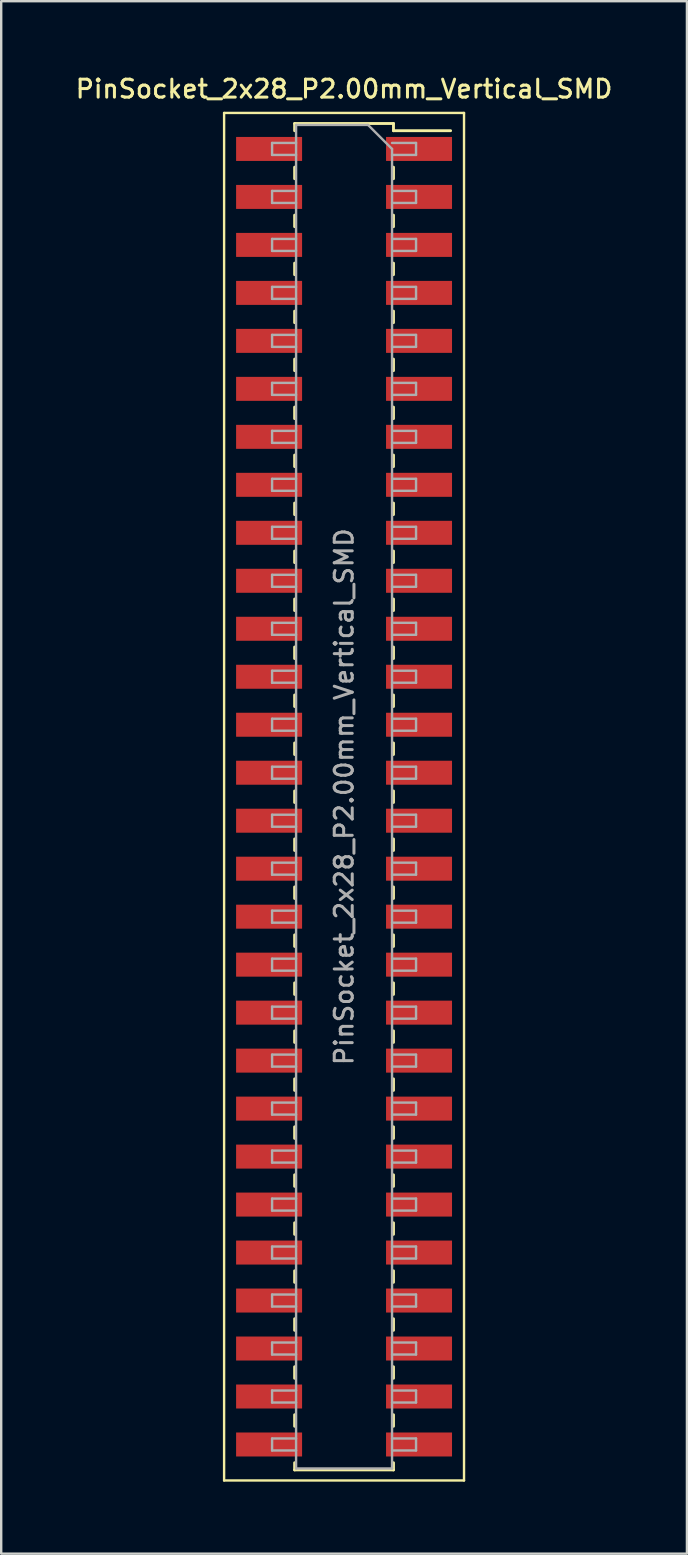
<source format=kicad_pcb>
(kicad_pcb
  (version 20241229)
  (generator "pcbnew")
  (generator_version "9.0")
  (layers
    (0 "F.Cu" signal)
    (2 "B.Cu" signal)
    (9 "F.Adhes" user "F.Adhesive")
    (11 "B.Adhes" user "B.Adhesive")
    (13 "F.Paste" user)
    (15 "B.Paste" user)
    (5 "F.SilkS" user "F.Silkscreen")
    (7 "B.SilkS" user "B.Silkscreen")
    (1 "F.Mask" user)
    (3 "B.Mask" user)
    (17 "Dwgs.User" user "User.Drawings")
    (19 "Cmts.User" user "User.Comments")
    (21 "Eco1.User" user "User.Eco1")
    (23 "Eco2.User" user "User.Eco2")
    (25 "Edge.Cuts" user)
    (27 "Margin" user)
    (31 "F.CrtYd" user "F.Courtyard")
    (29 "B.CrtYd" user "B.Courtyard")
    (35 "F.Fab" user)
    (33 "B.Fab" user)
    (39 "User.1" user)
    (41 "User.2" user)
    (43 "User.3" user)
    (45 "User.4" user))
  (footprint "PinSocket_2x28_P2.00mm_Vertical_SMD"
    (layer "F.Cu")
    (at 11.291 30.158)
    (property "Reference" "PinSocket_2x28_P2.00mm_Vertical_SMD" (at 0 -29.5 0) (layer "F.SilkS") (effects (font (size 0.75 0.75) (thickness 0.125))))
    (attr smd)
    (fp_line (start -5 -28.5) (end 5 -28.5) (stroke (width 0.1) (type solid)) (layer "F.SilkS"))
    (fp_line (start -5 28.5) (end -5 -28.5) (stroke (width 0.1) (type solid)) (layer "F.SilkS"))
    (fp_line (start -2.06 -28.06) (end -2.06 -27.76) (stroke (width 0.12) (type solid)) (layer "F.SilkS"))
    (fp_line (start -2.06 -28.06) (end 2.06 -28.06) (stroke (width 0.12) (type solid)) (layer "F.SilkS"))
    (fp_line (start -2.06 -26.24) (end -2.06 -25.76) (stroke (width 0.12) (type solid)) (layer "F.SilkS"))
    (fp_line (start -2.06 -24.24) (end -2.06 -23.76) (stroke (width 0.12) (type solid)) (layer "F.SilkS"))
    (fp_line (start -2.06 -22.24) (end -2.06 -21.76) (stroke (width 0.12) (type solid)) (layer "F.SilkS"))
    (fp_line (start -2.06 -20.24) (end -2.06 -19.76) (stroke (width 0.12) (type solid)) (layer "F.SilkS"))
    (fp_line (start -2.06 -18.24) (end -2.06 -17.76) (stroke (width 0.12) (type solid)) (layer "F.SilkS"))
    (fp_line (start -2.06 -16.24) (end -2.06 -15.76) (stroke (width 0.12) (type solid)) (layer "F.SilkS"))
    (fp_line (start -2.06 -14.24) (end -2.06 -13.76) (stroke (width 0.12) (type solid)) (layer "F.SilkS"))
    (fp_line (start -2.06 -12.24) (end -2.06 -11.76) (stroke (width 0.12) (type solid)) (layer "F.SilkS"))
    (fp_line (start -2.06 -10.24) (end -2.06 -9.76) (stroke (width 0.12) (type solid)) (layer "F.SilkS"))
    (fp_line (start -2.06 -8.24) (end -2.06 -7.76) (stroke (width 0.12) (type solid)) (layer "F.SilkS"))
    (fp_line (start -2.06 -6.24) (end -2.06 -5.76) (stroke (width 0.12) (type solid)) (layer "F.SilkS"))
    (fp_line (start -2.06 -4.24) (end -2.06 -3.76) (stroke (width 0.12) (type solid)) (layer "F.SilkS"))
    (fp_line (start -2.06 -2.24) (end -2.06 -1.76) (stroke (width 0.12) (type solid)) (layer "F.SilkS"))
    (fp_line (start -2.06 -0.24) (end -2.06 0.24) (stroke (width 0.12) (type solid)) (layer "F.SilkS"))
    (fp_line (start -2.06 1.76) (end -2.06 2.24) (stroke (width 0.12) (type solid)) (layer "F.SilkS"))
    (fp_line (start -2.06 3.76) (end -2.06 4.24) (stroke (width 0.12) (type solid)) (layer "F.SilkS"))
    (fp_line (start -2.06 5.76) (end -2.06 6.24) (stroke (width 0.12) (type solid)) (layer "F.SilkS"))
    (fp_line (start -2.06 7.76) (end -2.06 8.24) (stroke (width 0.12) (type solid)) (layer "F.SilkS"))
    (fp_line (start -2.06 9.76) (end -2.06 10.24) (stroke (width 0.12) (type solid)) (layer "F.SilkS"))
    (fp_line (start -2.06 11.76) (end -2.06 12.24) (stroke (width 0.12) (type solid)) (layer "F.SilkS"))
    (fp_line (start -2.06 13.76) (end -2.06 14.24) (stroke (width 0.12) (type solid)) (layer "F.SilkS"))
    (fp_line (start -2.06 15.76) (end -2.06 16.24) (stroke (width 0.12) (type solid)) (layer "F.SilkS"))
    (fp_line (start -2.06 17.76) (end -2.06 18.24) (stroke (width 0.12) (type solid)) (layer "F.SilkS"))
    (fp_line (start -2.06 19.76) (end -2.06 20.24) (stroke (width 0.12) (type solid)) (layer "F.SilkS"))
    (fp_line (start -2.06 21.76) (end -2.06 22.24) (stroke (width 0.12) (type solid)) (layer "F.SilkS"))
    (fp_line (start -2.06 23.76) (end -2.06 24.24) (stroke (width 0.12) (type solid)) (layer "F.SilkS"))
    (fp_line (start -2.06 25.76) (end -2.06 26.24) (stroke (width 0.12) (type solid)) (layer "F.SilkS"))
    (fp_line (start -2.06 27.76) (end -2.06 28.06) (stroke (width 0.12) (type solid)) (layer "F.SilkS"))
    (fp_line (start -2.06 28.06) (end 2.06 28.06) (stroke (width 0.12) (type solid)) (layer "F.SilkS"))
    (fp_line (start 2.06 -28.06) (end 2.06 -27.76) (stroke (width 0.12) (type solid)) (layer "F.SilkS"))
    (fp_line (start 2.06 -27.76) (end 4.44 -27.76) (stroke (width 0.12) (type solid)) (layer "F.SilkS"))
    (fp_line (start 2.06 -26.24) (end 2.06 -25.76) (stroke (width 0.12) (type solid)) (layer "F.SilkS"))
    (fp_line (start 2.06 -24.24) (end 2.06 -23.76) (stroke (width 0.12) (type solid)) (layer "F.SilkS"))
    (fp_line (start 2.06 -22.24) (end 2.06 -21.76) (stroke (width 0.12) (type solid)) (layer "F.SilkS"))
    (fp_line (start 2.06 -20.24) (end 2.06 -19.76) (stroke (width 0.12) (type solid)) (layer "F.SilkS"))
    (fp_line (start 2.06 -18.24) (end 2.06 -17.76) (stroke (width 0.12) (type solid)) (layer "F.SilkS"))
    (fp_line (start 2.06 -16.24) (end 2.06 -15.76) (stroke (width 0.12) (type solid)) (layer "F.SilkS"))
    (fp_line (start 2.06 -14.24) (end 2.06 -13.76) (stroke (width 0.12) (type solid)) (layer "F.SilkS"))
    (fp_line (start 2.06 -12.24) (end 2.06 -11.76) (stroke (width 0.12) (type solid)) (layer "F.SilkS"))
    (fp_line (start 2.06 -10.24) (end 2.06 -9.76) (stroke (width 0.12) (type solid)) (layer "F.SilkS"))
    (fp_line (start 2.06 -8.24) (end 2.06 -7.76) (stroke (width 0.12) (type solid)) (layer "F.SilkS"))
    (fp_line (start 2.06 -6.24) (end 2.06 -5.76) (stroke (width 0.12) (type solid)) (layer "F.SilkS"))
    (fp_line (start 2.06 -4.24) (end 2.06 -3.76) (stroke (width 0.12) (type solid)) (layer "F.SilkS"))
    (fp_line (start 2.06 -2.24) (end 2.06 -1.76) (stroke (width 0.12) (type solid)) (layer "F.SilkS"))
    (fp_line (start 2.06 -0.24) (end 2.06 0.24) (stroke (width 0.12) (type solid)) (layer "F.SilkS"))
    (fp_line (start 2.06 1.76) (end 2.06 2.24) (stroke (width 0.12) (type solid)) (layer "F.SilkS"))
    (fp_line (start 2.06 3.76) (end 2.06 4.24) (stroke (width 0.12) (type solid)) (layer "F.SilkS"))
    (fp_line (start 2.06 5.76) (end 2.06 6.24) (stroke (width 0.12) (type solid)) (layer "F.SilkS"))
    (fp_line (start 2.06 7.76) (end 2.06 8.24) (stroke (width 0.12) (type solid)) (layer "F.SilkS"))
    (fp_line (start 2.06 9.76) (end 2.06 10.24) (stroke (width 0.12) (type solid)) (layer "F.SilkS"))
    (fp_line (start 2.06 11.76) (end 2.06 12.24) (stroke (width 0.12) (type solid)) (layer "F.SilkS"))
    (fp_line (start 2.06 13.76) (end 2.06 14.24) (stroke (width 0.12) (type solid)) (layer "F.SilkS"))
    (fp_line (start 2.06 15.76) (end 2.06 16.24) (stroke (width 0.12) (type solid)) (layer "F.SilkS"))
    (fp_line (start 2.06 17.76) (end 2.06 18.24) (stroke (width 0.12) (type solid)) (layer "F.SilkS"))
    (fp_line (start 2.06 19.76) (end 2.06 20.24) (stroke (width 0.12) (type solid)) (layer "F.SilkS"))
    (fp_line (start 2.06 21.76) (end 2.06 22.24) (stroke (width 0.12) (type solid)) (layer "F.SilkS"))
    (fp_line (start 2.06 23.76) (end 2.06 24.24) (stroke (width 0.12) (type solid)) (layer "F.SilkS"))
    (fp_line (start 2.06 25.76) (end 2.06 26.24) (stroke (width 0.12) (type solid)) (layer "F.SilkS"))
    (fp_line (start 2.06 27.76) (end 2.06 28.06) (stroke (width 0.12) (type solid)) (layer "F.SilkS"))
    (fp_line (start 5 -28.5) (end 5 28.5) (stroke (width 0.1) (type solid)) (layer "F.SilkS"))
    (fp_line (start 5 28.5) (end -5 28.5) (stroke (width 0.1) (type solid)) (layer "F.SilkS"))
    (fp_line (start -3 -27.25) (end -2 -27.25) (stroke (width 0.1) (type solid)) (layer "F.Fab"))
    (fp_line (start -3 -26.75) (end -3 -27.25) (stroke (width 0.1) (type solid)) (layer "F.Fab"))
    (fp_line (start -3 -25.25) (end -2 -25.25) (stroke (width 0.1) (type solid)) (layer "F.Fab"))
    (fp_line (start -3 -24.75) (end -3 -25.25) (stroke (width 0.1) (type solid)) (layer "F.Fab"))
    (fp_line (start -3 -23.25) (end -2 -23.25) (stroke (width 0.1) (type solid)) (layer "F.Fab"))
    (fp_line (start -3 -22.75) (end -3 -23.25) (stroke (width 0.1) (type solid)) (layer "F.Fab"))
    (fp_line (start -3 -21.25) (end -2 -21.25) (stroke (width 0.1) (type solid)) (layer "F.Fab"))
    (fp_line (start -3 -20.75) (end -3 -21.25) (stroke (width 0.1) (type solid)) (layer "F.Fab"))
    (fp_line (start -3 -19.25) (end -2 -19.25) (stroke (width 0.1) (type solid)) (layer "F.Fab"))
    (fp_line (start -3 -18.75) (end -3 -19.25) (stroke (width 0.1) (type solid)) (layer "F.Fab"))
    (fp_line (start -3 -17.25) (end -2 -17.25) (stroke (width 0.1) (type solid)) (layer "F.Fab"))
    (fp_line (start -3 -16.75) (end -3 -17.25) (stroke (width 0.1) (type solid)) (layer "F.Fab"))
    (fp_line (start -3 -15.25) (end -2 -15.25) (stroke (width 0.1) (type solid)) (layer "F.Fab"))
    (fp_line (start -3 -14.75) (end -3 -15.25) (stroke (width 0.1) (type solid)) (layer "F.Fab"))
    (fp_line (start -3 -13.25) (end -2 -13.25) (stroke (width 0.1) (type solid)) (layer "F.Fab"))
    (fp_line (start -3 -12.75) (end -3 -13.25) (stroke (width 0.1) (type solid)) (layer "F.Fab"))
    (fp_line (start -3 -11.25) (end -2 -11.25) (stroke (width 0.1) (type solid)) (layer "F.Fab"))
    (fp_line (start -3 -10.75) (end -3 -11.25) (stroke (width 0.1) (type solid)) (layer "F.Fab"))
    (fp_line (start -3 -9.25) (end -2 -9.25) (stroke (width 0.1) (type solid)) (layer "F.Fab"))
    (fp_line (start -3 -8.75) (end -3 -9.25) (stroke (width 0.1) (type solid)) (layer "F.Fab"))
    (fp_line (start -3 -7.25) (end -2 -7.25) (stroke (width 0.1) (type solid)) (layer "F.Fab"))
    (fp_line (start -3 -6.75) (end -3 -7.25) (stroke (width 0.1) (type solid)) (layer "F.Fab"))
    (fp_line (start -3 -5.25) (end -2 -5.25) (stroke (width 0.1) (type solid)) (layer "F.Fab"))
    (fp_line (start -3 -4.75) (end -3 -5.25) (stroke (width 0.1) (type solid)) (layer "F.Fab"))
    (fp_line (start -3 -3.25) (end -2 -3.25) (stroke (width 0.1) (type solid)) (layer "F.Fab"))
    (fp_line (start -3 -2.75) (end -3 -3.25) (stroke (width 0.1) (type solid)) (layer "F.Fab"))
    (fp_line (start -3 -1.25) (end -2 -1.25) (stroke (width 0.1) (type solid)) (layer "F.Fab"))
    (fp_line (start -3 -0.75) (end -3 -1.25) (stroke (width 0.1) (type solid)) (layer "F.Fab"))
    (fp_line (start -3 0.75) (end -2 0.75) (stroke (width 0.1) (type solid)) (layer "F.Fab"))
    (fp_line (start -3 1.25) (end -3 0.75) (stroke (width 0.1) (type solid)) (layer "F.Fab"))
    (fp_line (start -3 2.75) (end -2 2.75) (stroke (width 0.1) (type solid)) (layer "F.Fab"))
    (fp_line (start -3 3.25) (end -3 2.75) (stroke (width 0.1) (type solid)) (layer "F.Fab"))
    (fp_line (start -3 4.75) (end -2 4.75) (stroke (width 0.1) (type solid)) (layer "F.Fab"))
    (fp_line (start -3 5.25) (end -3 4.75) (stroke (width 0.1) (type solid)) (layer "F.Fab"))
    (fp_line (start -3 6.75) (end -2 6.75) (stroke (width 0.1) (type solid)) (layer "F.Fab"))
    (fp_line (start -3 7.25) (end -3 6.75) (stroke (width 0.1) (type solid)) (layer "F.Fab"))
    (fp_line (start -3 8.75) (end -2 8.75) (stroke (width 0.1) (type solid)) (layer "F.Fab"))
    (fp_line (start -3 9.25) (end -3 8.75) (stroke (width 0.1) (type solid)) (layer "F.Fab"))
    (fp_line (start -3 10.75) (end -2 10.75) (stroke (width 0.1) (type solid)) (layer "F.Fab"))
    (fp_line (start -3 11.25) (end -3 10.75) (stroke (width 0.1) (type solid)) (layer "F.Fab"))
    (fp_line (start -3 12.75) (end -2 12.75) (stroke (width 0.1) (type solid)) (layer "F.Fab"))
    (fp_line (start -3 13.25) (end -3 12.75) (stroke (width 0.1) (type solid)) (layer "F.Fab"))
    (fp_line (start -3 14.75) (end -2 14.75) (stroke (width 0.1) (type solid)) (layer "F.Fab"))
    (fp_line (start -3 15.25) (end -3 14.75) (stroke (width 0.1) (type solid)) (layer "F.Fab"))
    (fp_line (start -3 16.75) (end -2 16.75) (stroke (width 0.1) (type solid)) (layer "F.Fab"))
    (fp_line (start -3 17.25) (end -3 16.75) (stroke (width 0.1) (type solid)) (layer "F.Fab"))
    (fp_line (start -3 18.75) (end -2 18.75) (stroke (width 0.1) (type solid)) (layer "F.Fab"))
    (fp_line (start -3 19.25) (end -3 18.75) (stroke (width 0.1) (type solid)) (layer "F.Fab"))
    (fp_line (start -3 20.75) (end -2 20.75) (stroke (width 0.1) (type solid)) (layer "F.Fab"))
    (fp_line (start -3 21.25) (end -3 20.75) (stroke (width 0.1) (type solid)) (layer "F.Fab"))
    (fp_line (start -3 22.75) (end -2 22.75) (stroke (width 0.1) (type solid)) (layer "F.Fab"))
    (fp_line (start -3 23.25) (end -3 22.75) (stroke (width 0.1) (type solid)) (layer "F.Fab"))
    (fp_line (start -3 24.75) (end -2 24.75) (stroke (width 0.1) (type solid)) (layer "F.Fab"))
    (fp_line (start -3 25.25) (end -3 24.75) (stroke (width 0.1) (type solid)) (layer "F.Fab"))
    (fp_line (start -3 26.75) (end -2 26.75) (stroke (width 0.1) (type solid)) (layer "F.Fab"))
    (fp_line (start -3 27.25) (end -3 26.75) (stroke (width 0.1) (type solid)) (layer "F.Fab"))
    (fp_line (start -2 -28) (end 1 -28) (stroke (width 0.1) (type solid)) (layer "F.Fab"))
    (fp_line (start -2 -26.75) (end -3 -26.75) (stroke (width 0.1) (type solid)) (layer "F.Fab"))
    (fp_line (start -2 -24.75) (end -3 -24.75) (stroke (width 0.1) (type solid)) (layer "F.Fab"))
    (fp_line (start -2 -22.75) (end -3 -22.75) (stroke (width 0.1) (type solid)) (layer "F.Fab"))
    (fp_line (start -2 -20.75) (end -3 -20.75) (stroke (width 0.1) (type solid)) (layer "F.Fab"))
    (fp_line (start -2 -18.75) (end -3 -18.75) (stroke (width 0.1) (type solid)) (layer "F.Fab"))
    (fp_line (start -2 -16.75) (end -3 -16.75) (stroke (width 0.1) (type solid)) (layer "F.Fab"))
    (fp_line (start -2 -14.75) (end -3 -14.75) (stroke (width 0.1) (type solid)) (layer "F.Fab"))
    (fp_line (start -2 -12.75) (end -3 -12.75) (stroke (width 0.1) (type solid)) (layer "F.Fab"))
    (fp_line (start -2 -10.75) (end -3 -10.75) (stroke (width 0.1) (type solid)) (layer "F.Fab"))
    (fp_line (start -2 -8.75) (end -3 -8.75) (stroke (width 0.1) (type solid)) (layer "F.Fab"))
    (fp_line (start -2 -6.75) (end -3 -6.75) (stroke (width 0.1) (type solid)) (layer "F.Fab"))
    (fp_line (start -2 -4.75) (end -3 -4.75) (stroke (width 0.1) (type solid)) (layer "F.Fab"))
    (fp_line (start -2 -2.75) (end -3 -2.75) (stroke (width 0.1) (type solid)) (layer "F.Fab"))
    (fp_line (start -2 -0.75) (end -3 -0.75) (stroke (width 0.1) (type solid)) (layer "F.Fab"))
    (fp_line (start -2 1.25) (end -3 1.25) (stroke (width 0.1) (type solid)) (layer "F.Fab"))
    (fp_line (start -2 3.25) (end -3 3.25) (stroke (width 0.1) (type solid)) (layer "F.Fab"))
    (fp_line (start -2 5.25) (end -3 5.25) (stroke (width 0.1) (type solid)) (layer "F.Fab"))
    (fp_line (start -2 7.25) (end -3 7.25) (stroke (width 0.1) (type solid)) (layer "F.Fab"))
    (fp_line (start -2 9.25) (end -3 9.25) (stroke (width 0.1) (type solid)) (layer "F.Fab"))
    (fp_line (start -2 11.25) (end -3 11.25) (stroke (width 0.1) (type solid)) (layer "F.Fab"))
    (fp_line (start -2 13.25) (end -3 13.25) (stroke (width 0.1) (type solid)) (layer "F.Fab"))
    (fp_line (start -2 15.25) (end -3 15.25) (stroke (width 0.1) (type solid)) (layer "F.Fab"))
    (fp_line (start -2 17.25) (end -3 17.25) (stroke (width 0.1) (type solid)) (layer "F.Fab"))
    (fp_line (start -2 19.25) (end -3 19.25) (stroke (width 0.1) (type solid)) (layer "F.Fab"))
    (fp_line (start -2 21.25) (end -3 21.25) (stroke (width 0.1) (type solid)) (layer "F.Fab"))
    (fp_line (start -2 23.25) (end -3 23.25) (stroke (width 0.1) (type solid)) (layer "F.Fab"))
    (fp_line (start -2 25.25) (end -3 25.25) (stroke (width 0.1) (type solid)) (layer "F.Fab"))
    (fp_line (start -2 27.25) (end -3 27.25) (stroke (width 0.1) (type solid)) (layer "F.Fab"))
    (fp_line (start -2 28) (end -2 -28) (stroke (width 0.1) (type solid)) (layer "F.Fab"))
    (fp_line (start 1 -28) (end 2 -27) (stroke (width 0.1) (type solid)) (layer "F.Fab"))
    (fp_line (start 2 -27.25) (end 3 -27.25) (stroke (width 0.1) (type solid)) (layer "F.Fab"))
    (fp_line (start 2 -27) (end 2 28) (stroke (width 0.1) (type solid)) (layer "F.Fab"))
    (fp_line (start 2 -25.25) (end 3 -25.25) (stroke (width 0.1) (type solid)) (layer "F.Fab"))
    (fp_line (start 2 -23.25) (end 3 -23.25) (stroke (width 0.1) (type solid)) (layer "F.Fab"))
    (fp_line (start 2 -21.25) (end 3 -21.25) (stroke (width 0.1) (type solid)) (layer "F.Fab"))
    (fp_line (start 2 -19.25) (end 3 -19.25) (stroke (width 0.1) (type solid)) (layer "F.Fab"))
    (fp_line (start 2 -17.25) (end 3 -17.25) (stroke (width 0.1) (type solid)) (layer "F.Fab"))
    (fp_line (start 2 -15.25) (end 3 -15.25) (stroke (width 0.1) (type solid)) (layer "F.Fab"))
    (fp_line (start 2 -13.25) (end 3 -13.25) (stroke (width 0.1) (type solid)) (layer "F.Fab"))
    (fp_line (start 2 -11.25) (end 3 -11.25) (stroke (width 0.1) (type solid)) (layer "F.Fab"))
    (fp_line (start 2 -9.25) (end 3 -9.25) (stroke (width 0.1) (type solid)) (layer "F.Fab"))
    (fp_line (start 2 -7.25) (end 3 -7.25) (stroke (width 0.1) (type solid)) (layer "F.Fab"))
    (fp_line (start 2 -5.25) (end 3 -5.25) (stroke (width 0.1) (type solid)) (layer "F.Fab"))
    (fp_line (start 2 -3.25) (end 3 -3.25) (stroke (width 0.1) (type solid)) (layer "F.Fab"))
    (fp_line (start 2 -1.25) (end 3 -1.25) (stroke (width 0.1) (type solid)) (layer "F.Fab"))
    (fp_line (start 2 0.75) (end 3 0.75) (stroke (width 0.1) (type solid)) (layer "F.Fab"))
    (fp_line (start 2 2.75) (end 3 2.75) (stroke (width 0.1) (type solid)) (layer "F.Fab"))
    (fp_line (start 2 4.75) (end 3 4.75) (stroke (width 0.1) (type solid)) (layer "F.Fab"))
    (fp_line (start 2 6.75) (end 3 6.75) (stroke (width 0.1) (type solid)) (layer "F.Fab"))
    (fp_line (start 2 8.75) (end 3 8.75) (stroke (width 0.1) (type solid)) (layer "F.Fab"))
    (fp_line (start 2 10.75) (end 3 10.75) (stroke (width 0.1) (type solid)) (layer "F.Fab"))
    (fp_line (start 2 12.75) (end 3 12.75) (stroke (width 0.1) (type solid)) (layer "F.Fab"))
    (fp_line (start 2 14.75) (end 3 14.75) (stroke (width 0.1) (type solid)) (layer "F.Fab"))
    (fp_line (start 2 16.75) (end 3 16.75) (stroke (width 0.1) (type solid)) (layer "F.Fab"))
    (fp_line (start 2 18.75) (end 3 18.75) (stroke (width 0.1) (type solid)) (layer "F.Fab"))
    (fp_line (start 2 20.75) (end 3 20.75) (stroke (width 0.1) (type solid)) (layer "F.Fab"))
    (fp_line (start 2 22.75) (end 3 22.75) (stroke (width 0.1) (type solid)) (layer "F.Fab"))
    (fp_line (start 2 24.75) (end 3 24.75) (stroke (width 0.1) (type solid)) (layer "F.Fab"))
    (fp_line (start 2 26.75) (end 3 26.75) (stroke (width 0.1) (type solid)) (layer "F.Fab"))
    (fp_line (start 2 28) (end -2 28) (stroke (width 0.1) (type solid)) (layer "F.Fab"))
    (fp_line (start 3 -27.25) (end 3 -26.75) (stroke (width 0.1) (type solid)) (layer "F.Fab"))
    (fp_line (start 3 -26.75) (end 2 -26.75) (stroke (width 0.1) (type solid)) (layer "F.Fab"))
    (fp_line (start 3 -25.25) (end 3 -24.75) (stroke (width 0.1) (type solid)) (layer "F.Fab"))
    (fp_line (start 3 -24.75) (end 2 -24.75) (stroke (width 0.1) (type solid)) (layer "F.Fab"))
    (fp_line (start 3 -23.25) (end 3 -22.75) (stroke (width 0.1) (type solid)) (layer "F.Fab"))
    (fp_line (start 3 -22.75) (end 2 -22.75) (stroke (width 0.1) (type solid)) (layer "F.Fab"))
    (fp_line (start 3 -21.25) (end 3 -20.75) (stroke (width 0.1) (type solid)) (layer "F.Fab"))
    (fp_line (start 3 -20.75) (end 2 -20.75) (stroke (width 0.1) (type solid)) (layer "F.Fab"))
    (fp_line (start 3 -19.25) (end 3 -18.75) (stroke (width 0.1) (type solid)) (layer "F.Fab"))
    (fp_line (start 3 -18.75) (end 2 -18.75) (stroke (width 0.1) (type solid)) (layer "F.Fab"))
    (fp_line (start 3 -17.25) (end 3 -16.75) (stroke (width 0.1) (type solid)) (layer "F.Fab"))
    (fp_line (start 3 -16.75) (end 2 -16.75) (stroke (width 0.1) (type solid)) (layer "F.Fab"))
    (fp_line (start 3 -15.25) (end 3 -14.75) (stroke (width 0.1) (type solid)) (layer "F.Fab"))
    (fp_line (start 3 -14.75) (end 2 -14.75) (stroke (width 0.1) (type solid)) (layer "F.Fab"))
    (fp_line (start 3 -13.25) (end 3 -12.75) (stroke (width 0.1) (type solid)) (layer "F.Fab"))
    (fp_line (start 3 -12.75) (end 2 -12.75) (stroke (width 0.1) (type solid)) (layer "F.Fab"))
    (fp_line (start 3 -11.25) (end 3 -10.75) (stroke (width 0.1) (type solid)) (layer "F.Fab"))
    (fp_line (start 3 -10.75) (end 2 -10.75) (stroke (width 0.1) (type solid)) (layer "F.Fab"))
    (fp_line (start 3 -9.25) (end 3 -8.75) (stroke (width 0.1) (type solid)) (layer "F.Fab"))
    (fp_line (start 3 -8.75) (end 2 -8.75) (stroke (width 0.1) (type solid)) (layer "F.Fab"))
    (fp_line (start 3 -7.25) (end 3 -6.75) (stroke (width 0.1) (type solid)) (layer "F.Fab"))
    (fp_line (start 3 -6.75) (end 2 -6.75) (stroke (width 0.1) (type solid)) (layer "F.Fab"))
    (fp_line (start 3 -5.25) (end 3 -4.75) (stroke (width 0.1) (type solid)) (layer "F.Fab"))
    (fp_line (start 3 -4.75) (end 2 -4.75) (stroke (width 0.1) (type solid)) (layer "F.Fab"))
    (fp_line (start 3 -3.25) (end 3 -2.75) (stroke (width 0.1) (type solid)) (layer "F.Fab"))
    (fp_line (start 3 -2.75) (end 2 -2.75) (stroke (width 0.1) (type solid)) (layer "F.Fab"))
    (fp_line (start 3 -1.25) (end 3 -0.75) (stroke (width 0.1) (type solid)) (layer "F.Fab"))
    (fp_line (start 3 -0.75) (end 2 -0.75) (stroke (width 0.1) (type solid)) (layer "F.Fab"))
    (fp_line (start 3 0.75) (end 3 1.25) (stroke (width 0.1) (type solid)) (layer "F.Fab"))
    (fp_line (start 3 1.25) (end 2 1.25) (stroke (width 0.1) (type solid)) (layer "F.Fab"))
    (fp_line (start 3 2.75) (end 3 3.25) (stroke (width 0.1) (type solid)) (layer "F.Fab"))
    (fp_line (start 3 3.25) (end 2 3.25) (stroke (width 0.1) (type solid)) (layer "F.Fab"))
    (fp_line (start 3 4.75) (end 3 5.25) (stroke (width 0.1) (type solid)) (layer "F.Fab"))
    (fp_line (start 3 5.25) (end 2 5.25) (stroke (width 0.1) (type solid)) (layer "F.Fab"))
    (fp_line (start 3 6.75) (end 3 7.25) (stroke (width 0.1) (type solid)) (layer "F.Fab"))
    (fp_line (start 3 7.25) (end 2 7.25) (stroke (width 0.1) (type solid)) (layer "F.Fab"))
    (fp_line (start 3 8.75) (end 3 9.25) (stroke (width 0.1) (type solid)) (layer "F.Fab"))
    (fp_line (start 3 9.25) (end 2 9.25) (stroke (width 0.1) (type solid)) (layer "F.Fab"))
    (fp_line (start 3 10.75) (end 3 11.25) (stroke (width 0.1) (type solid)) (layer "F.Fab"))
    (fp_line (start 3 11.25) (end 2 11.25) (stroke (width 0.1) (type solid)) (layer "F.Fab"))
    (fp_line (start 3 12.75) (end 3 13.25) (stroke (width 0.1) (type solid)) (layer "F.Fab"))
    (fp_line (start 3 13.25) (end 2 13.25) (stroke (width 0.1) (type solid)) (layer "F.Fab"))
    (fp_line (start 3 14.75) (end 3 15.25) (stroke (width 0.1) (type solid)) (layer "F.Fab"))
    (fp_line (start 3 15.25) (end 2 15.25) (stroke (width 0.1) (type solid)) (layer "F.Fab"))
    (fp_line (start 3 16.75) (end 3 17.25) (stroke (width 0.1) (type solid)) (layer "F.Fab"))
    (fp_line (start 3 17.25) (end 2 17.25) (stroke (width 0.1) (type solid)) (layer "F.Fab"))
    (fp_line (start 3 18.75) (end 3 19.25) (stroke (width 0.1) (type solid)) (layer "F.Fab"))
    (fp_line (start 3 19.25) (end 2 19.25) (stroke (width 0.1) (type solid)) (layer "F.Fab"))
    (fp_line (start 3 20.75) (end 3 21.25) (stroke (width 0.1) (type solid)) (layer "F.Fab"))
    (fp_line (start 3 21.25) (end 2 21.25) (stroke (width 0.1) (type solid)) (layer "F.Fab"))
    (fp_line (start 3 22.75) (end 3 23.25) (stroke (width 0.1) (type solid)) (layer "F.Fab"))
    (fp_line (start 3 23.25) (end 2 23.25) (stroke (width 0.1) (type solid)) (layer "F.Fab"))
    (fp_line (start 3 24.75) (end 3 25.25) (stroke (width 0.1) (type solid)) (layer "F.Fab"))
    (fp_line (start 3 25.25) (end 2 25.25) (stroke (width 0.1) (type solid)) (layer "F.Fab"))
    (fp_line (start 3 26.75) (end 3 27.25) (stroke (width 0.1) (type solid)) (layer "F.Fab"))
    (fp_line (start 3 27.25) (end 2 27.25) (stroke (width 0.1) (type solid)) (layer "F.Fab"))
    (fp_text user "${REFERENCE}" (at 0 0 90) (layer "F.Fab") (effects (font (size 0.75 0.75) (thickness 0.125))))
    (pad "1" smd rect (at 3.125 -27) (size 2.75 1) (layers "F.Cu" "F.Mask" "F.Paste"))
    (pad "2" smd rect (at -3.125 -27) (size 2.75 1) (layers "F.Cu" "F.Mask" "F.Paste"))
    (pad "3" smd rect (at 3.125 -25) (size 2.75 1) (layers "F.Cu" "F.Mask" "F.Paste"))
    (pad "4" smd rect (at -3.125 -25) (size 2.75 1) (layers "F.Cu" "F.Mask" "F.Paste"))
    (pad "5" smd rect (at 3.125 -23) (size 2.75 1) (layers "F.Cu" "F.Mask" "F.Paste"))
    (pad "6" smd rect (at -3.125 -23) (size 2.75 1) (layers "F.Cu" "F.Mask" "F.Paste"))
    (pad "7" smd rect (at 3.125 -21) (size 2.75 1) (layers "F.Cu" "F.Mask" "F.Paste"))
    (pad "8" smd rect (at -3.125 -21) (size 2.75 1) (layers "F.Cu" "F.Mask" "F.Paste"))
    (pad "9" smd rect (at 3.125 -19) (size 2.75 1) (layers "F.Cu" "F.Mask" "F.Paste"))
    (pad "10" smd rect (at -3.125 -19) (size 2.75 1) (layers "F.Cu" "F.Mask" "F.Paste"))
    (pad "11" smd rect (at 3.125 -17) (size 2.75 1) (layers "F.Cu" "F.Mask" "F.Paste"))
    (pad "12" smd rect (at -3.125 -17) (size 2.75 1) (layers "F.Cu" "F.Mask" "F.Paste"))
    (pad "13" smd rect (at 3.125 -15) (size 2.75 1) (layers "F.Cu" "F.Mask" "F.Paste"))
    (pad "14" smd rect (at -3.125 -15) (size 2.75 1) (layers "F.Cu" "F.Mask" "F.Paste"))
    (pad "15" smd rect (at 3.125 -13) (size 2.75 1) (layers "F.Cu" "F.Mask" "F.Paste"))
    (pad "16" smd rect (at -3.125 -13) (size 2.75 1) (layers "F.Cu" "F.Mask" "F.Paste"))
    (pad "17" smd rect (at 3.125 -11) (size 2.75 1) (layers "F.Cu" "F.Mask" "F.Paste"))
    (pad "18" smd rect (at -3.125 -11) (size 2.75 1) (layers "F.Cu" "F.Mask" "F.Paste"))
    (pad "19" smd rect (at 3.125 -9) (size 2.75 1) (layers "F.Cu" "F.Mask" "F.Paste"))
    (pad "20" smd rect (at -3.125 -9) (size 2.75 1) (layers "F.Cu" "F.Mask" "F.Paste"))
    (pad "21" smd rect (at 3.125 -7) (size 2.75 1) (layers "F.Cu" "F.Mask" "F.Paste"))
    (pad "22" smd rect (at -3.125 -7) (size 2.75 1) (layers "F.Cu" "F.Mask" "F.Paste"))
    (pad "23" smd rect (at 3.125 -5) (size 2.75 1) (layers "F.Cu" "F.Mask" "F.Paste"))
    (pad "24" smd rect (at -3.125 -5) (size 2.75 1) (layers "F.Cu" "F.Mask" "F.Paste"))
    (pad "25" smd rect (at 3.125 -3) (size 2.75 1) (layers "F.Cu" "F.Mask" "F.Paste"))
    (pad "26" smd rect (at -3.125 -3) (size 2.75 1) (layers "F.Cu" "F.Mask" "F.Paste"))
    (pad "27" smd rect (at 3.125 -1) (size 2.75 1) (layers "F.Cu" "F.Mask" "F.Paste"))
    (pad "28" smd rect (at -3.125 -1) (size 2.75 1) (layers "F.Cu" "F.Mask" "F.Paste"))
    (pad "29" smd rect (at 3.125 1) (size 2.75 1) (layers "F.Cu" "F.Mask" "F.Paste"))
    (pad "30" smd rect (at -3.125 1) (size 2.75 1) (layers "F.Cu" "F.Mask" "F.Paste"))
    (pad "31" smd rect (at 3.125 3) (size 2.75 1) (layers "F.Cu" "F.Mask" "F.Paste"))
    (pad "32" smd rect (at -3.125 3) (size 2.75 1) (layers "F.Cu" "F.Mask" "F.Paste"))
    (pad "33" smd rect (at 3.125 5) (size 2.75 1) (layers "F.Cu" "F.Mask" "F.Paste"))
    (pad "34" smd rect (at -3.125 5) (size 2.75 1) (layers "F.Cu" "F.Mask" "F.Paste"))
    (pad "35" smd rect (at 3.125 7) (size 2.75 1) (layers "F.Cu" "F.Mask" "F.Paste"))
    (pad "36" smd rect (at -3.125 7) (size 2.75 1) (layers "F.Cu" "F.Mask" "F.Paste"))
    (pad "37" smd rect (at 3.125 9) (size 2.75 1) (layers "F.Cu" "F.Mask" "F.Paste"))
    (pad "38" smd rect (at -3.125 9) (size 2.75 1) (layers "F.Cu" "F.Mask" "F.Paste"))
    (pad "39" smd rect (at 3.125 11) (size 2.75 1) (layers "F.Cu" "F.Mask" "F.Paste"))
    (pad "40" smd rect (at -3.125 11) (size 2.75 1) (layers "F.Cu" "F.Mask" "F.Paste"))
    (pad "41" smd rect (at 3.125 13) (size 2.75 1) (layers "F.Cu" "F.Mask" "F.Paste"))
    (pad "42" smd rect (at -3.125 13) (size 2.75 1) (layers "F.Cu" "F.Mask" "F.Paste"))
    (pad "43" smd rect (at 3.125 15) (size 2.75 1) (layers "F.Cu" "F.Mask" "F.Paste"))
    (pad "44" smd rect (at -3.125 15) (size 2.75 1) (layers "F.Cu" "F.Mask" "F.Paste"))
    (pad "45" smd rect (at 3.125 17) (size 2.75 1) (layers "F.Cu" "F.Mask" "F.Paste"))
    (pad "46" smd rect (at -3.125 17) (size 2.75 1) (layers "F.Cu" "F.Mask" "F.Paste"))
    (pad "47" smd rect (at 3.125 19) (size 2.75 1) (layers "F.Cu" "F.Mask" "F.Paste"))
    (pad "48" smd rect (at -3.125 19) (size 2.75 1) (layers "F.Cu" "F.Mask" "F.Paste"))
    (pad "49" smd rect (at 3.125 21) (size 2.75 1) (layers "F.Cu" "F.Mask" "F.Paste"))
    (pad "50" smd rect (at -3.125 21) (size 2.75 1) (layers "F.Cu" "F.Mask" "F.Paste"))
    (pad "51" smd rect (at 3.125 23) (size 2.75 1) (layers "F.Cu" "F.Mask" "F.Paste"))
    (pad "52" smd rect (at -3.125 23) (size 2.75 1) (layers "F.Cu" "F.Mask" "F.Paste"))
    (pad "53" smd rect (at 3.125 25) (size 2.75 1) (layers "F.Cu" "F.Mask" "F.Paste"))
    (pad "54" smd rect (at -3.125 25) (size 2.75 1) (layers "F.Cu" "F.Mask" "F.Paste"))
    (pad "55" smd rect (at 3.125 27) (size 2.75 1) (layers "F.Cu" "F.Mask" "F.Paste"))
    (pad "56" smd rect (at -3.125 27) (size 2.75 1) (layers "F.Cu" "F.Mask" "F.Paste")))
  (gr_rect
    (start -3 -3)
    (end 25.582 61.708)
    (stroke (width 0.1) (type default))
    (fill no)
    (layer "Edge.Cuts")))
</source>
